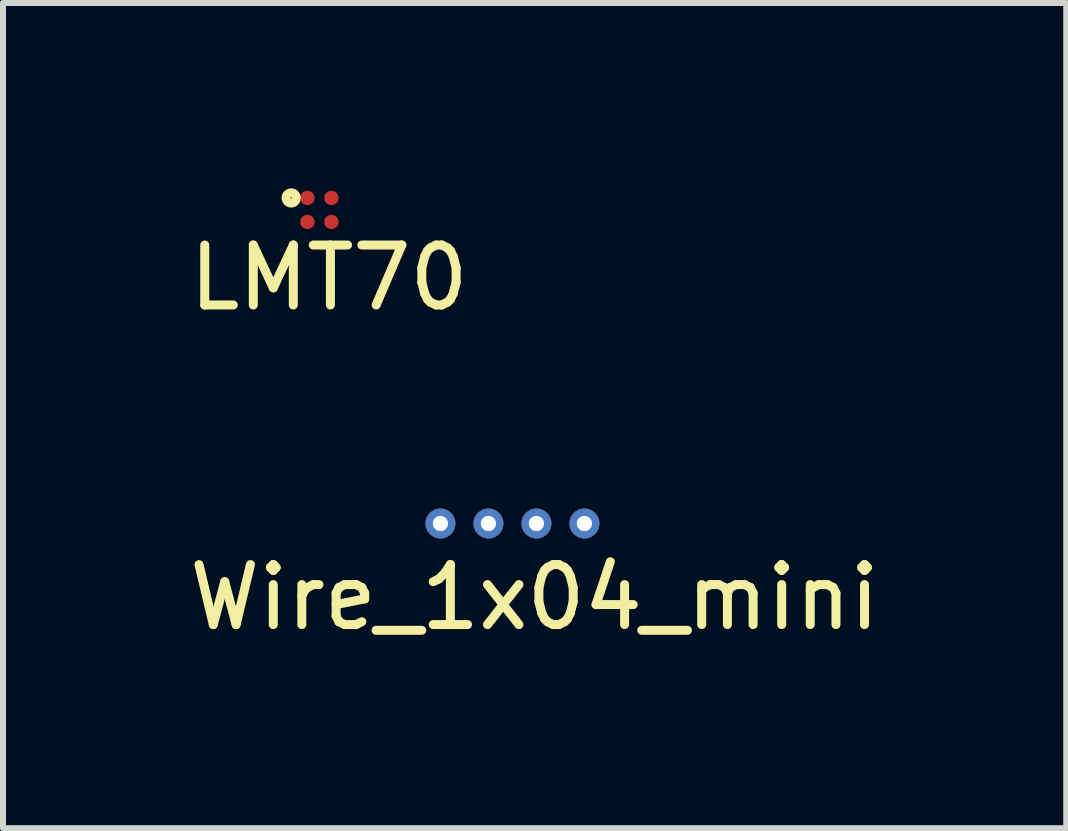
<source format=kicad_pcb>
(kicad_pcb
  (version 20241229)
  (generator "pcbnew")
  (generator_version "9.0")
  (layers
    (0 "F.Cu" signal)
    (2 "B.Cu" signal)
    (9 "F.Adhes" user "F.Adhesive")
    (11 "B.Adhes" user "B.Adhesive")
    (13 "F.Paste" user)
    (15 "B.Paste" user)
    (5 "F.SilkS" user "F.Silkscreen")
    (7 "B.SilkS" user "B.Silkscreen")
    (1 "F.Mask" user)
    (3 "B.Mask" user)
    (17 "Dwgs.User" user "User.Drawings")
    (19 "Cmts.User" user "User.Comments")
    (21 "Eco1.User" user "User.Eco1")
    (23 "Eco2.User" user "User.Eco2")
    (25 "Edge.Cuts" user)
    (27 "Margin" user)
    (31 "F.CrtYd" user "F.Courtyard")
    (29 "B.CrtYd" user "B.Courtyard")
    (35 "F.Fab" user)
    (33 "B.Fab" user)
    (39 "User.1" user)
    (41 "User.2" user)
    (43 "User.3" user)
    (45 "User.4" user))
  (footprint "LMT70"
    (layer "F.Cu")
    (at 2.075 0.25)
    (property "Reference" "LMT70" (at 0.36 1.33 0) (layer "F.SilkS") (effects (font (size 1 1) (thickness 0.15))))
    (attr through_hole)
    (fp_circle (center -0.27 0) (end -0.28 0) (stroke (width 0.15) (type solid)) (fill no) (layer "F.SilkS"))
    (pad "1" smd circle (at 0 0) (size 0.24 0.24) (layers "F.Cu" "F.Mask" "F.Paste"))
    (pad "2" smd circle (at 0 0.4) (size 0.24 0.24) (layers "F.Cu" "F.Mask" "F.Paste"))
    (pad "3" smd circle (at 0.4 0) (size 0.24 0.24) (layers "F.Cu" "F.Mask" "F.Paste"))
    (pad "4" smd circle (at 0.4 0.4) (size 0.24 0.24) (layers "F.Cu" "F.Mask" "F.Paste")))
  (footprint "Wire_1x04_mini"
    (layer "F.Cu")
    (at 4.293 5.678)
    (property "Reference" "Wire_1x04_mini" (at 1.57 1.23 0) (layer "F.SilkS") (effects (font (size 1 1) (thickness 0.15))))
    (attr through_hole)
    (pad "1" thru_hole circle (at 0 0) (size 0.5 0.5) (drill 0.254) (layers "*.Cu" "*.Mask"))
    (pad "2" thru_hole circle (at 0.8 0) (size 0.5 0.5) (drill 0.254) (layers "*.Cu" "*.Mask"))
    (pad "3" thru_hole circle (at 1.6 0) (size 0.5 0.5) (drill 0.254) (layers "*.Cu" "*.Mask"))
    (pad "4" thru_hole circle (at 2.4 0) (size 0.5 0.5) (drill 0.254) (layers "*.Cu" "*.Mask")))
  (gr_rect
    (start -3 -3)
    (end 14.726 10.757)
    (stroke (width 0.1) (type default))
    (fill no)
    (layer "Edge.Cuts")))
</source>
